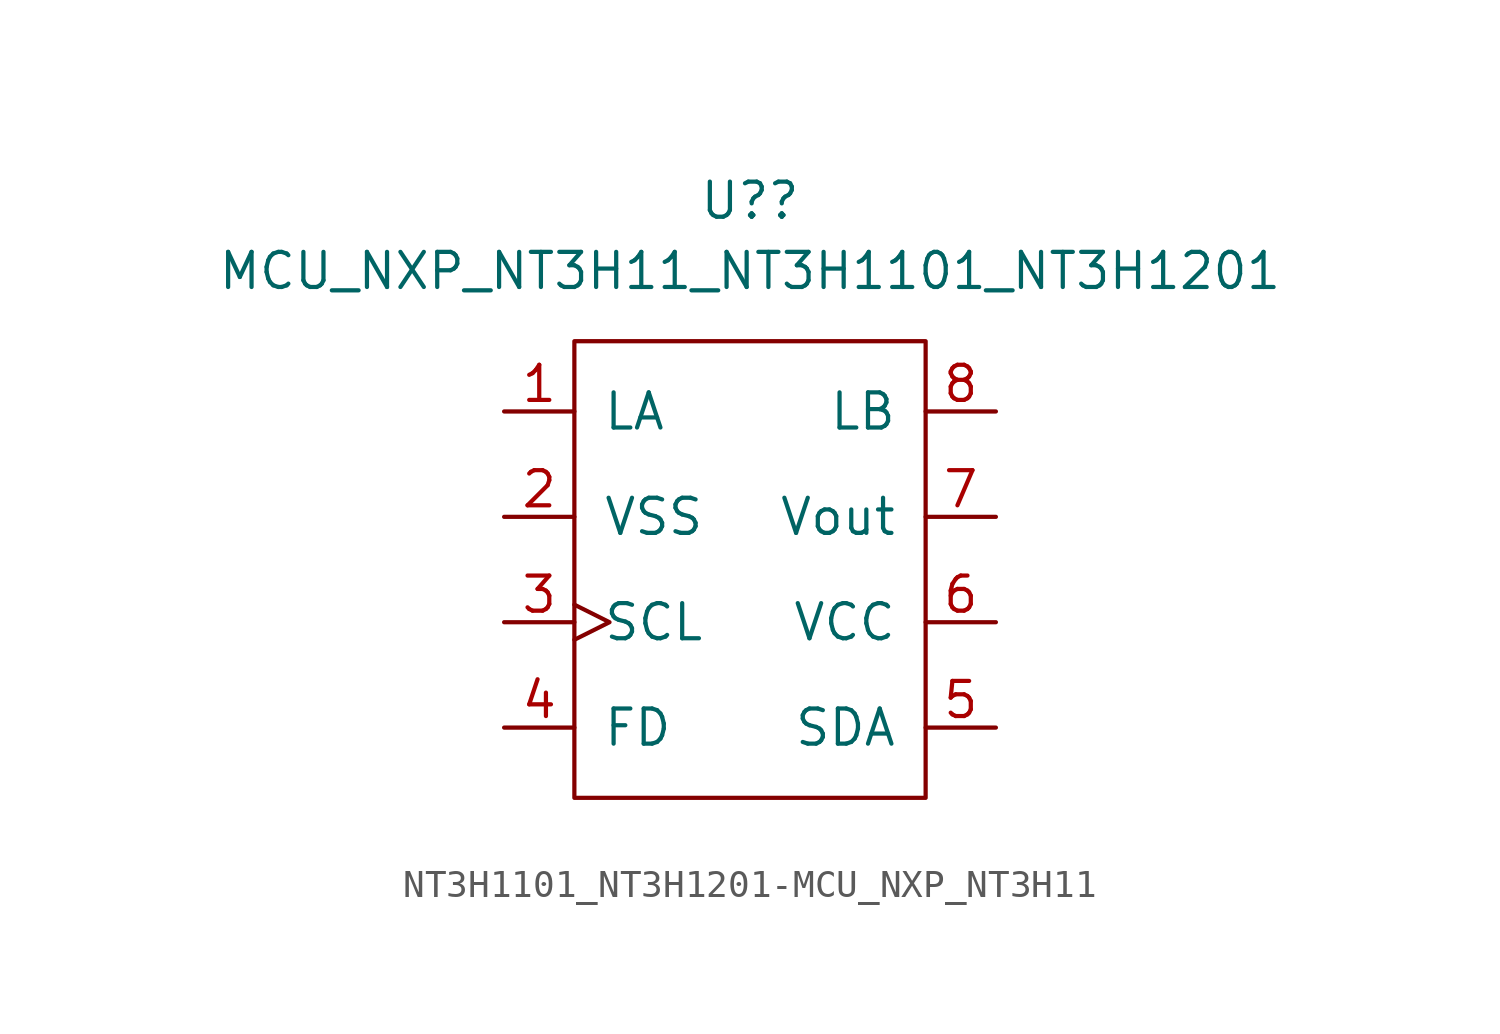
<source format=kicad_sym>
(kicad_symbol_lib
  (version 20231120)
  (generator "kicad_symbol_editor")
  (generator_version "8.0")
  (symbol "NT3H1101_NT3H1201-MCU_NXP_NT3H11"
    (pin_names
      (offset 1.016))
    (property "Reference" "U?"
      (at 0 13.97 0)
      (effects (font (size 1.27 1.27))))
    (property "Value" "MCU_NXP_NT3H11_NT3H1101_NT3H1201"
      (at 0 11.43 0)
      (effects (font (size 1.27 1.27))))
    (symbol "NT3H1101_NT3H1201-MCU_NXP_NT3H11_0_1"
      (rectangle (start -6.35 8.89) (end 6.35 -7.62) (stroke (width 0) (type solid)) (fill (type none))))
    (symbol "NT3H1101_NT3H1201-MCU_NXP_NT3H11_1_1"
      (pin input line (at -8.89 6.35 0) (length 2.54) (name "LA" (effects (font (size 1.27 1.27)))) (number "1" (effects (font (size 1.27 1.27)))))
      (pin output line (at -8.89 2.54 0) (length 2.54) (name "VSS" (effects (font (size 1.27 1.27)))) (number "2" (effects (font (size 1.27 1.27)))))
      (pin passive clock (at -8.89 -1.27 0) (length 2.54) (name "SCL" (effects (font (size 1.27 1.27)))) (number "3" (effects (font (size 1.27 1.27)))))
      (pin passive line (at -8.89 -5.08 0) (length 2.54) (name "FD" (effects (font (size 1.27 1.27)))) (number "4" (effects (font (size 1.27 1.27)))))
      (pin passive line (at 8.89 -5.08 180) (length 2.54) (name "SDA" (effects (font (size 1.27 1.27)))) (number "5" (effects (font (size 1.27 1.27)))))
      (pin input line (at 8.89 -1.27 180) (length 2.54) (name "VCC" (effects (font (size 1.27 1.27)))) (number "6" (effects (font (size 1.27 1.27)))))
      (pin power_out line (at 8.89 2.54 180) (length 2.54) (name "Vout" (effects (font (size 1.27 1.27)))) (number "7" (effects (font (size 1.27 1.27)))))
      (pin input line (at 8.89 6.35 180) (length 2.54) (name "LB" (effects (font (size 1.27 1.27)))) (number "8" (effects (font (size 1.27 1.27))))))))
</source>
